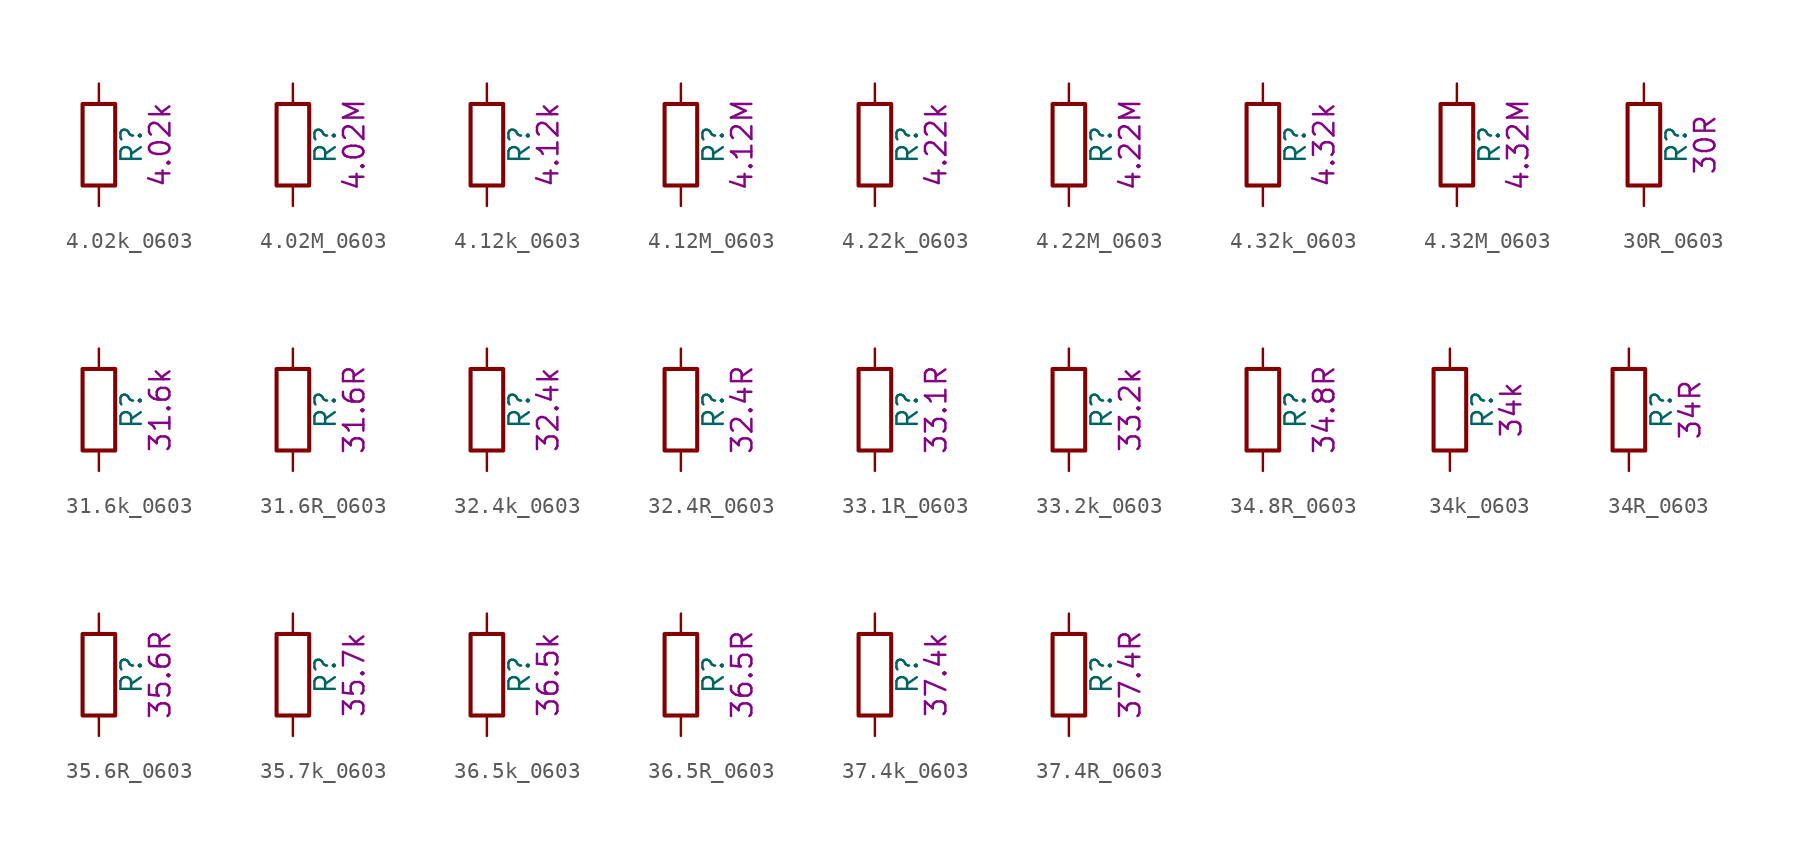
<source format=kicad_sym>
(kicad_symbol_lib
  (version 20211014)
  (generator kicad_symbol_editor)
  (symbol "4.02k_0603"
    (pin_numbers hide)
    (pin_names
      (offset 0))
    (property "Reference" "R"
      (at 2.032 0 90)
      (effects (font (size 1.27 1.27))))
    (property "Display" "4.02k"
      (at 3.81 0 90)
      (effects (font (size 1.27 1.27))))
    (symbol "4.02k_0603_0_1"
      (rectangle (start -1.016 -2.54) (end 1.016 2.54) (stroke (width 0.254) (type default) (color 0 0 0 0)) (fill (type none))))
    (symbol "4.02k_0603_1_1"
      (pin passive line (at 0 3.81 270) (length 1.27) (name "~" (effects (font (size 1.27 1.27)))) (number "1" (effects (font (size 1.27 1.27)))))
      (pin passive line (at 0 -3.81 90) (length 1.27) (name "~" (effects (font (size 1.27 1.27)))) (number "2" (effects (font (size 1.27 1.27)))))))
  (symbol "4.02M_0603"
    (pin_numbers hide)
    (pin_names
      (offset 0))
    (property "Reference" "R"
      (at 2.032 0 90)
      (effects (font (size 1.27 1.27))))
    (property "Display" "4.02M"
      (at 3.81 0 90)
      (effects (font (size 1.27 1.27))))
    (symbol "4.02M_0603_0_1"
      (rectangle (start -1.016 -2.54) (end 1.016 2.54) (stroke (width 0.254) (type default) (color 0 0 0 0)) (fill (type none))))
    (symbol "4.02M_0603_1_1"
      (pin passive line (at 0 3.81 270) (length 1.27) (name "~" (effects (font (size 1.27 1.27)))) (number "1" (effects (font (size 1.27 1.27)))))
      (pin passive line (at 0 -3.81 90) (length 1.27) (name "~" (effects (font (size 1.27 1.27)))) (number "2" (effects (font (size 1.27 1.27)))))))
  (symbol "4.12k_0603"
    (pin_numbers hide)
    (pin_names
      (offset 0))
    (property "Reference" "R"
      (at 2.032 0 90)
      (effects (font (size 1.27 1.27))))
    (property "Display" "4.12k"
      (at 3.81 0 90)
      (effects (font (size 1.27 1.27))))
    (symbol "4.12k_0603_0_1"
      (rectangle (start -1.016 -2.54) (end 1.016 2.54) (stroke (width 0.254) (type default) (color 0 0 0 0)) (fill (type none))))
    (symbol "4.12k_0603_1_1"
      (pin passive line (at 0 3.81 270) (length 1.27) (name "~" (effects (font (size 1.27 1.27)))) (number "1" (effects (font (size 1.27 1.27)))))
      (pin passive line (at 0 -3.81 90) (length 1.27) (name "~" (effects (font (size 1.27 1.27)))) (number "2" (effects (font (size 1.27 1.27)))))))
  (symbol "4.12M_0603"
    (pin_numbers hide)
    (pin_names
      (offset 0))
    (property "Reference" "R"
      (at 2.032 0 90)
      (effects (font (size 1.27 1.27))))
    (property "Display" "4.12M"
      (at 3.81 0 90)
      (effects (font (size 1.27 1.27))))
    (symbol "4.12M_0603_0_1"
      (rectangle (start -1.016 -2.54) (end 1.016 2.54) (stroke (width 0.254) (type default) (color 0 0 0 0)) (fill (type none))))
    (symbol "4.12M_0603_1_1"
      (pin passive line (at 0 3.81 270) (length 1.27) (name "~" (effects (font (size 1.27 1.27)))) (number "1" (effects (font (size 1.27 1.27)))))
      (pin passive line (at 0 -3.81 90) (length 1.27) (name "~" (effects (font (size 1.27 1.27)))) (number "2" (effects (font (size 1.27 1.27)))))))
  (symbol "4.22k_0603"
    (pin_numbers hide)
    (pin_names
      (offset 0))
    (property "Reference" "R"
      (at 2.032 0 90)
      (effects (font (size 1.27 1.27))))
    (property "Display" "4.22k"
      (at 3.81 0 90)
      (effects (font (size 1.27 1.27))))
    (symbol "4.22k_0603_0_1"
      (rectangle (start -1.016 -2.54) (end 1.016 2.54) (stroke (width 0.254) (type default) (color 0 0 0 0)) (fill (type none))))
    (symbol "4.22k_0603_1_1"
      (pin passive line (at 0 3.81 270) (length 1.27) (name "~" (effects (font (size 1.27 1.27)))) (number "1" (effects (font (size 1.27 1.27)))))
      (pin passive line (at 0 -3.81 90) (length 1.27) (name "~" (effects (font (size 1.27 1.27)))) (number "2" (effects (font (size 1.27 1.27)))))))
  (symbol "4.22M_0603"
    (pin_numbers hide)
    (pin_names
      (offset 0))
    (property "Reference" "R"
      (at 2.032 0 90)
      (effects (font (size 1.27 1.27))))
    (property "Display" "4.22M"
      (at 3.81 0 90)
      (effects (font (size 1.27 1.27))))
    (symbol "4.22M_0603_0_1"
      (rectangle (start -1.016 -2.54) (end 1.016 2.54) (stroke (width 0.254) (type default) (color 0 0 0 0)) (fill (type none))))
    (symbol "4.22M_0603_1_1"
      (pin passive line (at 0 3.81 270) (length 1.27) (name "~" (effects (font (size 1.27 1.27)))) (number "1" (effects (font (size 1.27 1.27)))))
      (pin passive line (at 0 -3.81 90) (length 1.27) (name "~" (effects (font (size 1.27 1.27)))) (number "2" (effects (font (size 1.27 1.27)))))))
  (symbol "4.32k_0603"
    (pin_numbers hide)
    (pin_names
      (offset 0))
    (property "Reference" "R"
      (at 2.032 0 90)
      (effects (font (size 1.27 1.27))))
    (property "Display" "4.32k"
      (at 3.81 0 90)
      (effects (font (size 1.27 1.27))))
    (symbol "4.32k_0603_0_1"
      (rectangle (start -1.016 -2.54) (end 1.016 2.54) (stroke (width 0.254) (type default) (color 0 0 0 0)) (fill (type none))))
    (symbol "4.32k_0603_1_1"
      (pin passive line (at 0 3.81 270) (length 1.27) (name "~" (effects (font (size 1.27 1.27)))) (number "1" (effects (font (size 1.27 1.27)))))
      (pin passive line (at 0 -3.81 90) (length 1.27) (name "~" (effects (font (size 1.27 1.27)))) (number "2" (effects (font (size 1.27 1.27)))))))
  (symbol "4.32M_0603"
    (pin_numbers hide)
    (pin_names
      (offset 0))
    (property "Reference" "R"
      (at 2.032 0 90)
      (effects (font (size 1.27 1.27))))
    (property "Display" "4.32M"
      (at 3.81 0 90)
      (effects (font (size 1.27 1.27))))
    (symbol "4.32M_0603_0_1"
      (rectangle (start -1.016 -2.54) (end 1.016 2.54) (stroke (width 0.254) (type default) (color 0 0 0 0)) (fill (type none))))
    (symbol "4.32M_0603_1_1"
      (pin passive line (at 0 3.81 270) (length 1.27) (name "~" (effects (font (size 1.27 1.27)))) (number "1" (effects (font (size 1.27 1.27)))))
      (pin passive line (at 0 -3.81 90) (length 1.27) (name "~" (effects (font (size 1.27 1.27)))) (number "2" (effects (font (size 1.27 1.27)))))))
  (symbol "30R_0603"
    (pin_numbers hide)
    (pin_names
      (offset 0))
    (property "Reference" "R"
      (at 2.032 0 90)
      (effects (font (size 1.27 1.27))))
    (property "Display" "30R"
      (at 3.81 0 90)
      (effects (font (size 1.27 1.27))))
    (symbol "30R_0603_0_1"
      (rectangle (start -1.016 -2.54) (end 1.016 2.54) (stroke (width 0.254) (type default) (color 0 0 0 0)) (fill (type none))))
    (symbol "30R_0603_1_1"
      (pin passive line (at 0 3.81 270) (length 1.27) (name "~" (effects (font (size 1.27 1.27)))) (number "1" (effects (font (size 1.27 1.27)))))
      (pin passive line (at 0 -3.81 90) (length 1.27) (name "~" (effects (font (size 1.27 1.27)))) (number "2" (effects (font (size 1.27 1.27)))))))
  (symbol "31.6k_0603"
    (pin_numbers hide)
    (pin_names
      (offset 0))
    (property "Reference" "R"
      (at 2.032 0 90)
      (effects (font (size 1.27 1.27))))
    (property "Display" "31.6k"
      (at 3.81 0 90)
      (effects (font (size 1.27 1.27))))
    (symbol "31.6k_0603_0_1"
      (rectangle (start -1.016 -2.54) (end 1.016 2.54) (stroke (width 0.254) (type default) (color 0 0 0 0)) (fill (type none))))
    (symbol "31.6k_0603_1_1"
      (pin passive line (at 0 3.81 270) (length 1.27) (name "~" (effects (font (size 1.27 1.27)))) (number "1" (effects (font (size 1.27 1.27)))))
      (pin passive line (at 0 -3.81 90) (length 1.27) (name "~" (effects (font (size 1.27 1.27)))) (number "2" (effects (font (size 1.27 1.27)))))))
  (symbol "31.6R_0603"
    (pin_numbers hide)
    (pin_names
      (offset 0))
    (property "Reference" "R"
      (at 2.032 0 90)
      (effects (font (size 1.27 1.27))))
    (property "Display" "31.6R"
      (at 3.81 0 90)
      (effects (font (size 1.27 1.27))))
    (symbol "31.6R_0603_0_1"
      (rectangle (start -1.016 -2.54) (end 1.016 2.54) (stroke (width 0.254) (type default) (color 0 0 0 0)) (fill (type none))))
    (symbol "31.6R_0603_1_1"
      (pin passive line (at 0 3.81 270) (length 1.27) (name "~" (effects (font (size 1.27 1.27)))) (number "1" (effects (font (size 1.27 1.27)))))
      (pin passive line (at 0 -3.81 90) (length 1.27) (name "~" (effects (font (size 1.27 1.27)))) (number "2" (effects (font (size 1.27 1.27)))))))
  (symbol "32.4k_0603"
    (pin_numbers hide)
    (pin_names
      (offset 0))
    (property "Reference" "R"
      (at 2.032 0 90)
      (effects (font (size 1.27 1.27))))
    (property "Display" "32.4k"
      (at 3.81 0 90)
      (effects (font (size 1.27 1.27))))
    (symbol "32.4k_0603_0_1"
      (rectangle (start -1.016 -2.54) (end 1.016 2.54) (stroke (width 0.254) (type default) (color 0 0 0 0)) (fill (type none))))
    (symbol "32.4k_0603_1_1"
      (pin passive line (at 0 3.81 270) (length 1.27) (name "~" (effects (font (size 1.27 1.27)))) (number "1" (effects (font (size 1.27 1.27)))))
      (pin passive line (at 0 -3.81 90) (length 1.27) (name "~" (effects (font (size 1.27 1.27)))) (number "2" (effects (font (size 1.27 1.27)))))))
  (symbol "32.4R_0603"
    (pin_numbers hide)
    (pin_names
      (offset 0))
    (property "Reference" "R"
      (at 2.032 0 90)
      (effects (font (size 1.27 1.27))))
    (property "Display" "32.4R"
      (at 3.81 0 90)
      (effects (font (size 1.27 1.27))))
    (symbol "32.4R_0603_0_1"
      (rectangle (start -1.016 -2.54) (end 1.016 2.54) (stroke (width 0.254) (type default) (color 0 0 0 0)) (fill (type none))))
    (symbol "32.4R_0603_1_1"
      (pin passive line (at 0 3.81 270) (length 1.27) (name "~" (effects (font (size 1.27 1.27)))) (number "1" (effects (font (size 1.27 1.27)))))
      (pin passive line (at 0 -3.81 90) (length 1.27) (name "~" (effects (font (size 1.27 1.27)))) (number "2" (effects (font (size 1.27 1.27)))))))
  (symbol "33.1R_0603"
    (pin_numbers hide)
    (pin_names
      (offset 0))
    (property "Reference" "R"
      (at 2.032 0 90)
      (effects (font (size 1.27 1.27))))
    (property "Display" "33.1R"
      (at 3.81 0 90)
      (effects (font (size 1.27 1.27))))
    (symbol "33.1R_0603_0_1"
      (rectangle (start -1.016 -2.54) (end 1.016 2.54) (stroke (width 0.254) (type default) (color 0 0 0 0)) (fill (type none))))
    (symbol "33.1R_0603_1_1"
      (pin passive line (at 0 3.81 270) (length 1.27) (name "~" (effects (font (size 1.27 1.27)))) (number "1" (effects (font (size 1.27 1.27)))))
      (pin passive line (at 0 -3.81 90) (length 1.27) (name "~" (effects (font (size 1.27 1.27)))) (number "2" (effects (font (size 1.27 1.27)))))))
  (symbol "33.2k_0603"
    (pin_numbers hide)
    (pin_names
      (offset 0))
    (property "Reference" "R"
      (at 2.032 0 90)
      (effects (font (size 1.27 1.27))))
    (property "Display" "33.2k"
      (at 3.81 0 90)
      (effects (font (size 1.27 1.27))))
    (symbol "33.2k_0603_0_1"
      (rectangle (start -1.016 -2.54) (end 1.016 2.54) (stroke (width 0.254) (type default) (color 0 0 0 0)) (fill (type none))))
    (symbol "33.2k_0603_1_1"
      (pin passive line (at 0 3.81 270) (length 1.27) (name "~" (effects (font (size 1.27 1.27)))) (number "1" (effects (font (size 1.27 1.27)))))
      (pin passive line (at 0 -3.81 90) (length 1.27) (name "~" (effects (font (size 1.27 1.27)))) (number "2" (effects (font (size 1.27 1.27)))))))
  (symbol "34.8R_0603"
    (pin_numbers hide)
    (pin_names
      (offset 0))
    (property "Reference" "R"
      (at 2.032 0 90)
      (effects (font (size 1.27 1.27))))
    (property "Display" "34.8R"
      (at 3.81 0 90)
      (effects (font (size 1.27 1.27))))
    (symbol "34.8R_0603_0_1"
      (rectangle (start -1.016 -2.54) (end 1.016 2.54) (stroke (width 0.254) (type default) (color 0 0 0 0)) (fill (type none))))
    (symbol "34.8R_0603_1_1"
      (pin passive line (at 0 3.81 270) (length 1.27) (name "~" (effects (font (size 1.27 1.27)))) (number "1" (effects (font (size 1.27 1.27)))))
      (pin passive line (at 0 -3.81 90) (length 1.27) (name "~" (effects (font (size 1.27 1.27)))) (number "2" (effects (font (size 1.27 1.27)))))))
  (symbol "34k_0603"
    (pin_numbers hide)
    (pin_names
      (offset 0))
    (property "Reference" "R"
      (at 2.032 0 90)
      (effects (font (size 1.27 1.27))))
    (property "Display" "34k"
      (at 3.81 0 90)
      (effects (font (size 1.27 1.27))))
    (symbol "34k_0603_0_1"
      (rectangle (start -1.016 -2.54) (end 1.016 2.54) (stroke (width 0.254) (type default) (color 0 0 0 0)) (fill (type none))))
    (symbol "34k_0603_1_1"
      (pin passive line (at 0 3.81 270) (length 1.27) (name "~" (effects (font (size 1.27 1.27)))) (number "1" (effects (font (size 1.27 1.27)))))
      (pin passive line (at 0 -3.81 90) (length 1.27) (name "~" (effects (font (size 1.27 1.27)))) (number "2" (effects (font (size 1.27 1.27)))))))
  (symbol "34R_0603"
    (pin_numbers hide)
    (pin_names
      (offset 0))
    (property "Reference" "R"
      (at 2.032 0 90)
      (effects (font (size 1.27 1.27))))
    (property "Display" "34R"
      (at 3.81 0 90)
      (effects (font (size 1.27 1.27))))
    (symbol "34R_0603_0_1"
      (rectangle (start -1.016 -2.54) (end 1.016 2.54) (stroke (width 0.254) (type default) (color 0 0 0 0)) (fill (type none))))
    (symbol "34R_0603_1_1"
      (pin passive line (at 0 3.81 270) (length 1.27) (name "~" (effects (font (size 1.27 1.27)))) (number "1" (effects (font (size 1.27 1.27)))))
      (pin passive line (at 0 -3.81 90) (length 1.27) (name "~" (effects (font (size 1.27 1.27)))) (number "2" (effects (font (size 1.27 1.27)))))))
  (symbol "35.6R_0603"
    (pin_numbers hide)
    (pin_names
      (offset 0))
    (property "Reference" "R"
      (at 2.032 0 90)
      (effects (font (size 1.27 1.27))))
    (property "Display" "35.6R"
      (at 3.81 0 90)
      (effects (font (size 1.27 1.27))))
    (symbol "35.6R_0603_0_1"
      (rectangle (start -1.016 -2.54) (end 1.016 2.54) (stroke (width 0.254) (type default) (color 0 0 0 0)) (fill (type none))))
    (symbol "35.6R_0603_1_1"
      (pin passive line (at 0 3.81 270) (length 1.27) (name "~" (effects (font (size 1.27 1.27)))) (number "1" (effects (font (size 1.27 1.27)))))
      (pin passive line (at 0 -3.81 90) (length 1.27) (name "~" (effects (font (size 1.27 1.27)))) (number "2" (effects (font (size 1.27 1.27)))))))
  (symbol "35.7k_0603"
    (pin_numbers hide)
    (pin_names
      (offset 0))
    (property "Reference" "R"
      (at 2.032 0 90)
      (effects (font (size 1.27 1.27))))
    (property "Display" "35.7k"
      (at 3.81 0 90)
      (effects (font (size 1.27 1.27))))
    (symbol "35.7k_0603_0_1"
      (rectangle (start -1.016 -2.54) (end 1.016 2.54) (stroke (width 0.254) (type default) (color 0 0 0 0)) (fill (type none))))
    (symbol "35.7k_0603_1_1"
      (pin passive line (at 0 3.81 270) (length 1.27) (name "~" (effects (font (size 1.27 1.27)))) (number "1" (effects (font (size 1.27 1.27)))))
      (pin passive line (at 0 -3.81 90) (length 1.27) (name "~" (effects (font (size 1.27 1.27)))) (number "2" (effects (font (size 1.27 1.27)))))))
  (symbol "36.5k_0603"
    (pin_numbers hide)
    (pin_names
      (offset 0))
    (property "Reference" "R"
      (at 2.032 0 90)
      (effects (font (size 1.27 1.27))))
    (property "Display" "36.5k"
      (at 3.81 0 90)
      (effects (font (size 1.27 1.27))))
    (symbol "36.5k_0603_0_1"
      (rectangle (start -1.016 -2.54) (end 1.016 2.54) (stroke (width 0.254) (type default) (color 0 0 0 0)) (fill (type none))))
    (symbol "36.5k_0603_1_1"
      (pin passive line (at 0 3.81 270) (length 1.27) (name "~" (effects (font (size 1.27 1.27)))) (number "1" (effects (font (size 1.27 1.27)))))
      (pin passive line (at 0 -3.81 90) (length 1.27) (name "~" (effects (font (size 1.27 1.27)))) (number "2" (effects (font (size 1.27 1.27)))))))
  (symbol "36.5R_0603"
    (pin_numbers hide)
    (pin_names
      (offset 0))
    (property "Reference" "R"
      (at 2.032 0 90)
      (effects (font (size 1.27 1.27))))
    (property "Display" "36.5R"
      (at 3.81 0 90)
      (effects (font (size 1.27 1.27))))
    (symbol "36.5R_0603_0_1"
      (rectangle (start -1.016 -2.54) (end 1.016 2.54) (stroke (width 0.254) (type default) (color 0 0 0 0)) (fill (type none))))
    (symbol "36.5R_0603_1_1"
      (pin passive line (at 0 3.81 270) (length 1.27) (name "~" (effects (font (size 1.27 1.27)))) (number "1" (effects (font (size 1.27 1.27)))))
      (pin passive line (at 0 -3.81 90) (length 1.27) (name "~" (effects (font (size 1.27 1.27)))) (number "2" (effects (font (size 1.27 1.27)))))))
  (symbol "37.4k_0603"
    (pin_numbers hide)
    (pin_names
      (offset 0))
    (property "Reference" "R"
      (at 2.032 0 90)
      (effects (font (size 1.27 1.27))))
    (property "Display" "37.4k"
      (at 3.81 0 90)
      (effects (font (size 1.27 1.27))))
    (symbol "37.4k_0603_0_1"
      (rectangle (start -1.016 -2.54) (end 1.016 2.54) (stroke (width 0.254) (type default) (color 0 0 0 0)) (fill (type none))))
    (symbol "37.4k_0603_1_1"
      (pin passive line (at 0 3.81 270) (length 1.27) (name "~" (effects (font (size 1.27 1.27)))) (number "1" (effects (font (size 1.27 1.27)))))
      (pin passive line (at 0 -3.81 90) (length 1.27) (name "~" (effects (font (size 1.27 1.27)))) (number "2" (effects (font (size 1.27 1.27)))))))
  (symbol "37.4R_0603"
    (pin_numbers hide)
    (pin_names
      (offset 0))
    (property "Reference" "R"
      (at 2.032 0 90)
      (effects (font (size 1.27 1.27))))
    (property "Display" "37.4R"
      (at 3.81 0 90)
      (effects (font (size 1.27 1.27))))
    (symbol "37.4R_0603_0_1"
      (rectangle (start -1.016 -2.54) (end 1.016 2.54) (stroke (width 0.254) (type default) (color 0 0 0 0)) (fill (type none))))
    (symbol "37.4R_0603_1_1"
      (pin passive line (at 0 3.81 270) (length 1.27) (name "~" (effects (font (size 1.27 1.27)))) (number "1" (effects (font (size 1.27 1.27)))))
      (pin passive line (at 0 -3.81 90) (length 1.27) (name "~" (effects (font (size 1.27 1.27)))) (number "2" (effects (font (size 1.27 1.27))))))))
</source>
